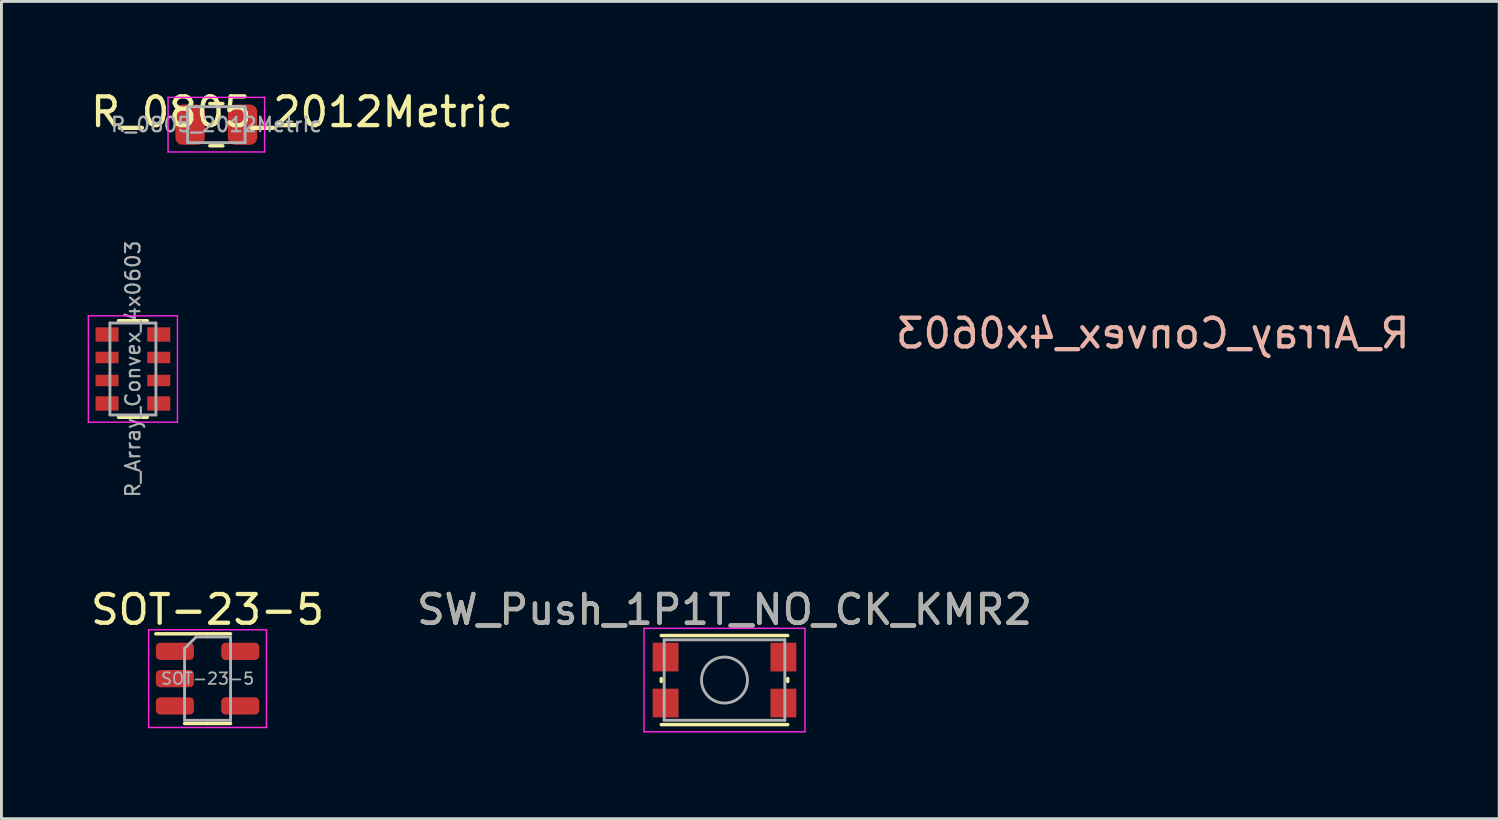
<source format=kicad_pcb>
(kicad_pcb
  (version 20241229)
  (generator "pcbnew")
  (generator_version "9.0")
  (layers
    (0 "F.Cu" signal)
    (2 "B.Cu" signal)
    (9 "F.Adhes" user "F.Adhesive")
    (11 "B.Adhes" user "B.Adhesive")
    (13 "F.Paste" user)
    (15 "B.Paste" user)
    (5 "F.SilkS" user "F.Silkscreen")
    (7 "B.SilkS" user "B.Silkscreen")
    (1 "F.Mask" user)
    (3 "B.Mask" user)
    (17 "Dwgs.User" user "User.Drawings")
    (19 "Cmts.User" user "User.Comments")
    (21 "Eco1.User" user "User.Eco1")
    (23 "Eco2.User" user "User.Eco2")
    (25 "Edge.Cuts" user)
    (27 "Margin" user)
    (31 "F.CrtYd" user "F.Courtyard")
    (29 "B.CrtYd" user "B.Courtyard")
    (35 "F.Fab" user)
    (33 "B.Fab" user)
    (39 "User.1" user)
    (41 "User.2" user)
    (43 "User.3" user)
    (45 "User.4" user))
  (footprint "R_0805_2012Metric"
    (layer "F.Cu")
    (at 4.478 1.288)
    (property "Reference" "R_0805_2012Metric" (at 2.98 -0.44 0) (layer "F.SilkS") (effects (font (size 1 1) (thickness 0.15))))
    (attr smd)
    (fp_line (start -0.227 -0.735) (end 0.227 -0.735) (stroke (width 0.12) (type solid)) (layer "F.SilkS"))
    (fp_line (start -0.227 0.735) (end 0.227 0.735) (stroke (width 0.12) (type solid)) (layer "F.SilkS"))
    (fp_line (start -1.68 -0.95) (end 1.68 -0.95) (stroke (width 0.05) (type solid)) (layer "F.CrtYd"))
    (fp_line (start -1.68 0.95) (end -1.68 -0.95) (stroke (width 0.05) (type solid)) (layer "F.CrtYd"))
    (fp_line (start 1.68 -0.95) (end 1.68 0.95) (stroke (width 0.05) (type solid)) (layer "F.CrtYd"))
    (fp_line (start 1.68 0.95) (end -1.68 0.95) (stroke (width 0.05) (type solid)) (layer "F.CrtYd"))
    (fp_line (start -1 -0.625) (end 1 -0.625) (stroke (width 0.1) (type solid)) (layer "F.Fab"))
    (fp_line (start -1 0.625) (end -1 -0.625) (stroke (width 0.1) (type solid)) (layer "F.Fab"))
    (fp_line (start 1 -0.625) (end 1 0.625) (stroke (width 0.1) (type solid)) (layer "F.Fab"))
    (fp_line (start 1 0.625) (end -1 0.625) (stroke (width 0.1) (type solid)) (layer "F.Fab"))
    (fp_text user "${REFERENCE}" (at 0 0 0) (layer "F.Fab") (effects (font (size 0.5 0.5) (thickness 0.08))))
    (pad "1" smd roundrect (at -0.912 0 180) (size 1.025 1.4) (layers "F.Cu" "F.Mask" "F.Paste") (roundrect_rratio 0.244))
    (pad "2" smd roundrect (at 0.912 0 180) (size 1.025 1.4) (layers "F.Cu" "F.Mask" "F.Paste") (roundrect_rratio 0.244)))
  (footprint "R_Array_Convex_4x0603"
    (layer "F.Cu")
    (at 1.575 9.79)
    (property "Reference" "R_Array_Convex_4x0603" (at 35.49 -1.24 180) (layer "B.SilkS") (effects (font (size 1 1) (thickness 0.15)) (justify mirror)))
    (attr smd)
    (fp_line (start 0.5 -1.68) (end -0.5 -1.68) (stroke (width 0.12) (type solid)) (layer "F.SilkS"))
    (fp_line (start 0.5 1.68) (end -0.5 1.68) (stroke (width 0.12) (type solid)) (layer "F.SilkS"))
    (fp_line (start -1.55 -1.85) (end -1.55 1.85) (stroke (width 0.05) (type solid)) (layer "F.CrtYd"))
    (fp_line (start -1.55 -1.85) (end 1.55 -1.85) (stroke (width 0.05) (type solid)) (layer "F.CrtYd"))
    (fp_line (start 1.55 1.85) (end -1.55 1.85) (stroke (width 0.05) (type solid)) (layer "F.CrtYd"))
    (fp_line (start 1.55 1.85) (end 1.55 -1.85) (stroke (width 0.05) (type solid)) (layer "F.CrtYd"))
    (fp_line (start -0.8 -1.6) (end 0.8 -1.6) (stroke (width 0.1) (type solid)) (layer "F.Fab"))
    (fp_line (start -0.8 1.6) (end -0.8 -1.6) (stroke (width 0.1) (type solid)) (layer "F.Fab"))
    (fp_line (start 0.8 -1.6) (end 0.8 1.6) (stroke (width 0.1) (type solid)) (layer "F.Fab"))
    (fp_line (start 0.8 1.6) (end -0.8 1.6) (stroke (width 0.1) (type solid)) (layer "F.Fab"))
    (fp_text user "${REFERENCE}" (at 0 0 270) (layer "F.Fab") (effects (font (size 0.5 0.5) (thickness 0.075))))
    (pad "1" smd rect (at -0.9 -1.2) (size 0.8 0.5) (layers "F.Cu" "F.Mask" "F.Paste"))
    (pad "2" smd rect (at -0.9 -0.4) (size 0.8 0.4) (layers "F.Cu" "F.Mask" "F.Paste"))
    (pad "3" smd rect (at -0.9 0.4) (size 0.8 0.4) (layers "F.Cu" "F.Mask" "F.Paste"))
    (pad "4" smd rect (at -0.9 1.2) (size 0.8 0.5) (layers "F.Cu" "F.Mask" "F.Paste"))
    (pad "5" smd rect (at 0.9 1.2) (size 0.8 0.5) (layers "F.Cu" "F.Mask" "F.Paste"))
    (pad "6" smd rect (at 0.9 0.4) (size 0.8 0.4) (layers "F.Cu" "F.Mask" "F.Paste"))
    (pad "7" smd rect (at 0.9 -0.4) (size 0.8 0.4) (layers "F.Cu" "F.Mask" "F.Paste"))
    (pad "8" smd rect (at 0.9 -1.2) (size 0.8 0.5) (layers "F.Cu" "F.Mask" "F.Paste")))
  (footprint "SOT-23-5"
    (layer "F.Cu")
    (at 4.173 20.565)
    (property "Reference" "SOT-23-5" (at 0 -2.4 0) (layer "F.SilkS") (effects (font (size 1 1) (thickness 0.15))))
    (attr smd)
    (fp_line (start 0 -1.56) (end -1.8 -1.56) (stroke (width 0.12) (type solid)) (layer "F.SilkS"))
    (fp_line (start 0 -1.56) (end 0.8 -1.56) (stroke (width 0.12) (type solid)) (layer "F.SilkS"))
    (fp_line (start 0 1.56) (end -0.8 1.56) (stroke (width 0.12) (type solid)) (layer "F.SilkS"))
    (fp_line (start 0 1.56) (end 0.8 1.56) (stroke (width 0.12) (type solid)) (layer "F.SilkS"))
    (fp_line (start -2.05 -1.7) (end -2.05 1.7) (stroke (width 0.05) (type solid)) (layer "F.CrtYd"))
    (fp_line (start -2.05 1.7) (end 2.05 1.7) (stroke (width 0.05) (type solid)) (layer "F.CrtYd"))
    (fp_line (start 2.05 -1.7) (end -2.05 -1.7) (stroke (width 0.05) (type solid)) (layer "F.CrtYd"))
    (fp_line (start 2.05 1.7) (end 2.05 -1.7) (stroke (width 0.05) (type solid)) (layer "F.CrtYd"))
    (fp_line (start -0.8 -1.05) (end -0.4 -1.45) (stroke (width 0.1) (type solid)) (layer "F.Fab"))
    (fp_line (start -0.8 1.45) (end -0.8 -1.05) (stroke (width 0.1) (type solid)) (layer "F.Fab"))
    (fp_line (start -0.4 -1.45) (end 0.8 -1.45) (stroke (width 0.1) (type solid)) (layer "F.Fab"))
    (fp_line (start 0.8 -1.45) (end 0.8 1.45) (stroke (width 0.1) (type solid)) (layer "F.Fab"))
    (fp_line (start 0.8 1.45) (end -0.8 1.45) (stroke (width 0.1) (type solid)) (layer "F.Fab"))
    (fp_text user "${REFERENCE}" (at 0 0 0) (layer "F.Fab") (effects (font (size 0.4 0.4) (thickness 0.06))))
    (pad "1" smd roundrect (at -1.137 -0.95) (size 1.325 0.6) (layers "F.Cu" "F.Mask" "F.Paste") (roundrect_rratio 0.25))
    (pad "2" smd roundrect (at -1.137 0) (size 1.325 0.6) (layers "F.Cu" "F.Mask" "F.Paste") (roundrect_rratio 0.25))
    (pad "3" smd roundrect (at -1.137 0.95) (size 1.325 0.6) (layers "F.Cu" "F.Mask" "F.Paste") (roundrect_rratio 0.25))
    (pad "4" smd roundrect (at 1.137 0.95) (size 1.325 0.6) (layers "F.Cu" "F.Mask" "F.Paste") (roundrect_rratio 0.25))
    (pad "5" smd roundrect (at 1.137 -0.95) (size 1.325 0.6) (layers "F.Cu" "F.Mask" "F.Paste") (roundrect_rratio 0.25)))
  (footprint "SW_Push_1P1T_NO_CK_KMR2"
    (layer "F.Cu")
    (at 22.161 20.615)
    (property "Reference" "SW_Push_1P1T_NO_CK_KMR2" (at 0 -2.45 180) (layer "F.SilkS") (effects (font (size 1 1) (thickness 0.15))))
    (attr smd)
    (fp_line (start -2.2 0.05) (end -2.2 -0.05) (stroke (width 0.12) (type solid)) (layer "F.SilkS"))
    (fp_line (start -2.2 1.55) (end 2.2 1.55) (stroke (width 0.12) (type solid)) (layer "F.SilkS"))
    (fp_line (start 2.2 -1.55) (end -2.2 -1.55) (stroke (width 0.12) (type solid)) (layer "F.SilkS"))
    (fp_line (start 2.2 0.05) (end 2.2 -0.05) (stroke (width 0.12) (type solid)) (layer "F.SilkS"))
    (fp_line (start -2.8 -1.8) (end 2.8 -1.8) (stroke (width 0.05) (type solid)) (layer "F.CrtYd"))
    (fp_line (start -2.8 1.8) (end -2.8 -1.8) (stroke (width 0.05) (type solid)) (layer "F.CrtYd"))
    (fp_line (start 2.8 -1.8) (end 2.8 1.8) (stroke (width 0.05) (type solid)) (layer "F.CrtYd"))
    (fp_line (start 2.8 1.8) (end -2.8 1.8) (stroke (width 0.05) (type solid)) (layer "F.CrtYd"))
    (fp_line (start -2.1 -1.4) (end 2.1 -1.4) (stroke (width 0.1) (type solid)) (layer "F.Fab"))
    (fp_line (start -2.1 1.4) (end -2.1 -1.4) (stroke (width 0.1) (type solid)) (layer "F.Fab"))
    (fp_line (start 2.1 -1.4) (end 2.1 1.4) (stroke (width 0.1) (type solid)) (layer "F.Fab"))
    (fp_line (start 2.1 1.4) (end -2.1 1.4) (stroke (width 0.1) (type solid)) (layer "F.Fab"))
    (fp_circle (center 0 0) (end 0 0.8) (stroke (width 0.1) (type solid)) (fill no) (layer "F.Fab"))
    (fp_text user "${REFERENCE}" (at 0 -2.45 180) (layer "F.Fab") (effects (font (size 1 1) (thickness 0.15))))
    (pad "1" smd rect (at -2.05 -0.8) (size 0.9 1) (layers "F.Cu" "F.Mask" "F.Paste"))
    (pad "1" smd rect (at 2.05 -0.8) (size 0.9 1) (layers "F.Cu" "F.Mask" "F.Paste"))
    (pad "2" smd rect (at -2.05 0.8) (size 0.9 1) (layers "F.Cu" "F.Mask" "F.Paste"))
    (pad "2" smd rect (at 2.05 0.8) (size 0.9 1) (layers "F.Cu" "F.Mask" "F.Paste")))
  (gr_rect
    (start -3 -3)
    (end 49.119 25.44)
    (stroke (width 0.1) (type default))
    (fill no)
    (layer "Edge.Cuts")))
</source>
